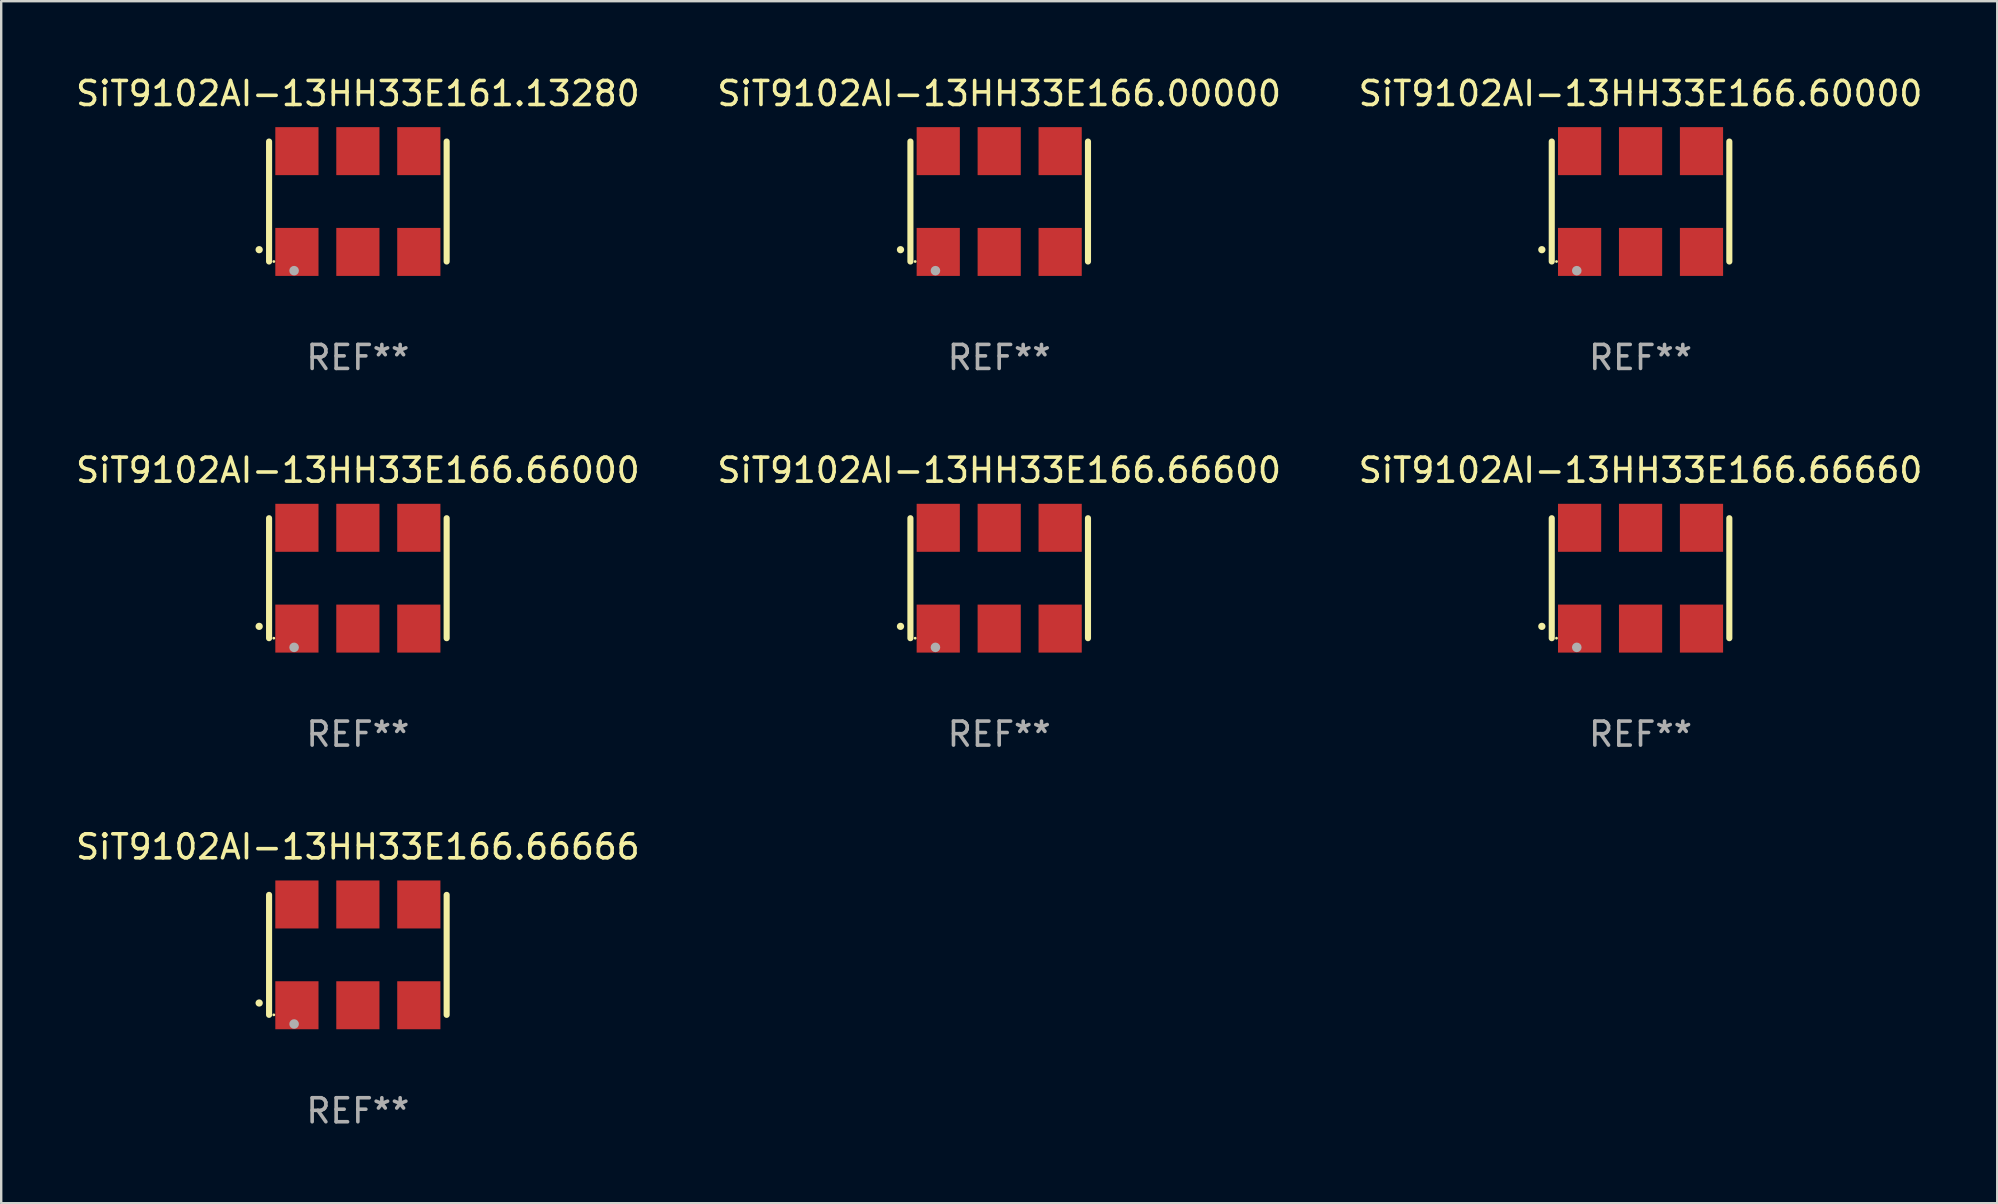
<source format=kicad_pcb>
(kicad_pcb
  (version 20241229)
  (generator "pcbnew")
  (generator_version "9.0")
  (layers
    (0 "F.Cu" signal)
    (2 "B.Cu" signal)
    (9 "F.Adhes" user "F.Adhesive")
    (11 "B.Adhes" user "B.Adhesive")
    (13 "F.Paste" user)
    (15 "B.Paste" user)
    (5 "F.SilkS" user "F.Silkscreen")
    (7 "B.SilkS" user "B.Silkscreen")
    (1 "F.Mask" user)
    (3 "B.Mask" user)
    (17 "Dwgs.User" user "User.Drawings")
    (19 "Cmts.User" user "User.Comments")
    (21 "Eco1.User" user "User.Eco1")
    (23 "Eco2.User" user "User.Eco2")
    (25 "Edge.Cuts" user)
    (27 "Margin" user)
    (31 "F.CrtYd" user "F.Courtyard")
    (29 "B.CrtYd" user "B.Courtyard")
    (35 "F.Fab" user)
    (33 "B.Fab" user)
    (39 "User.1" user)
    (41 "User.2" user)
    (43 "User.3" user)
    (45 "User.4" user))
  (footprint "SiT9102AI-13HH33E161.13280"
    (layer "F.Cu")
    (at 11.863 5.348)
    (property "Reference" "SiT9102AI-13HH33E161.13280" (at 0 -4.5 0) (layer "F.SilkS") (effects (font (size 1 1) (thickness 0.15))))
    (attr through_hole)
    (fp_line (start -3.7 -2.5) (end -3.7 2.5) (stroke (width 0.254) (type solid)) (layer "F.SilkS"))
    (fp_line (start 3.7 -2.5) (end 3.7 2.5) (stroke (width 0.254) (type solid)) (layer "F.SilkS"))
    (fp_arc (start -4.114415 2.006604) (mid -4.113145 2.006599) (end -4.111875 2.006604) (stroke (width 0.3) (type solid)) (layer "F.SilkS"))
    (fp_circle (center -3.502 2.5) (end -3.472 2.5) (stroke (width 0.06) (type solid)) (fill no) (layer "F.SilkS"))
    (fp_circle (center -2.657 2.882) (end -2.557 2.882) (stroke (width 0.2) (type solid)) (fill no) (layer "F.Fab"))
    (fp_text user "REF**" (at 0 6.5 0) (layer "F.Fab") (effects (font (size 1 1) (thickness 0.15))))
    (pad "1" smd rect (at -2.54 2.1) (size 1.8 2) (layers "F.Cu" "F.Mask" "F.Paste"))
    (pad "2" smd rect (at 0.000394 2.1) (size 1.8 2) (layers "F.Cu" "F.Mask" "F.Paste"))
    (pad "3" smd rect (at 2.54 2.1) (size 1.8 2) (layers "F.Cu" "F.Mask" "F.Paste"))
    (pad "4" smd rect (at 2.54 -2.1) (size 1.8 2) (layers "F.Cu" "F.Mask" "F.Paste"))
    (pad "5" smd rect (at 0.000394 -2.1) (size 1.8 2) (layers "F.Cu" "F.Mask" "F.Paste"))
    (pad "6" smd rect (at -2.54 -2.1) (size 1.8 2) (layers "F.Cu" "F.Mask" "F.Paste")))
  (footprint "SiT9102AI-13HH33E166.00000"
    (layer "F.Cu")
    (at 38.589 5.348)
    (property "Reference" "SiT9102AI-13HH33E166.00000" (at 0 -4.5 0) (layer "F.SilkS") (effects (font (size 1 1) (thickness 0.15))))
    (attr through_hole)
    (fp_line (start -3.7 -2.5) (end -3.7 2.5) (stroke (width 0.254) (type solid)) (layer "F.SilkS"))
    (fp_line (start 3.7 -2.5) (end 3.7 2.5) (stroke (width 0.254) (type solid)) (layer "F.SilkS"))
    (fp_arc (start -4.114415 2.006604) (mid -4.113145 2.006599) (end -4.111875 2.006604) (stroke (width 0.3) (type solid)) (layer "F.SilkS"))
    (fp_circle (center -3.502 2.5) (end -3.472 2.5) (stroke (width 0.06) (type solid)) (fill no) (layer "F.SilkS"))
    (fp_circle (center -2.657 2.882) (end -2.557 2.882) (stroke (width 0.2) (type solid)) (fill no) (layer "F.Fab"))
    (fp_text user "REF**" (at 0 6.5 0) (layer "F.Fab") (effects (font (size 1 1) (thickness 0.15))))
    (pad "1" smd rect (at -2.54 2.1) (size 1.8 2) (layers "F.Cu" "F.Mask" "F.Paste"))
    (pad "2" smd rect (at 0.000394 2.1) (size 1.8 2) (layers "F.Cu" "F.Mask" "F.Paste"))
    (pad "3" smd rect (at 2.54 2.1) (size 1.8 2) (layers "F.Cu" "F.Mask" "F.Paste"))
    (pad "4" smd rect (at 2.54 -2.1) (size 1.8 2) (layers "F.Cu" "F.Mask" "F.Paste"))
    (pad "5" smd rect (at 0.000394 -2.1) (size 1.8 2) (layers "F.Cu" "F.Mask" "F.Paste"))
    (pad "6" smd rect (at -2.54 -2.1) (size 1.8 2) (layers "F.Cu" "F.Mask" "F.Paste")))
  (footprint "SiT9102AI-13HH33E166.66666"
    (layer "F.Cu")
    (at 11.863 36.741)
    (property "Reference" "SiT9102AI-13HH33E166.66666" (at 0 -4.5 0) (layer "F.SilkS") (effects (font (size 1 1) (thickness 0.15))))
    (attr through_hole)
    (fp_line (start -3.7 -2.5) (end -3.7 2.5) (stroke (width 0.254) (type solid)) (layer "F.SilkS"))
    (fp_line (start 3.7 -2.5) (end 3.7 2.5) (stroke (width 0.254) (type solid)) (layer "F.SilkS"))
    (fp_arc (start -4.114415 2.006604) (mid -4.113145 2.006599) (end -4.111875 2.006604) (stroke (width 0.3) (type solid)) (layer "F.SilkS"))
    (fp_circle (center -3.502 2.5) (end -3.472 2.5) (stroke (width 0.06) (type solid)) (fill no) (layer "F.SilkS"))
    (fp_circle (center -2.657 2.882) (end -2.557 2.882) (stroke (width 0.2) (type solid)) (fill no) (layer "F.Fab"))
    (fp_text user "REF**" (at 0 6.5 0) (layer "F.Fab") (effects (font (size 1 1) (thickness 0.15))))
    (pad "1" smd rect (at -2.54 2.1) (size 1.8 2) (layers "F.Cu" "F.Mask" "F.Paste"))
    (pad "2" smd rect (at 0.000394 2.1) (size 1.8 2) (layers "F.Cu" "F.Mask" "F.Paste"))
    (pad "3" smd rect (at 2.54 2.1) (size 1.8 2) (layers "F.Cu" "F.Mask" "F.Paste"))
    (pad "4" smd rect (at 2.54 -2.1) (size 1.8 2) (layers "F.Cu" "F.Mask" "F.Paste"))
    (pad "5" smd rect (at 0.000394 -2.1) (size 1.8 2) (layers "F.Cu" "F.Mask" "F.Paste"))
    (pad "6" smd rect (at -2.54 -2.1) (size 1.8 2) (layers "F.Cu" "F.Mask" "F.Paste")))
  (footprint "SiT9102AI-13HH33E166.66000"
    (layer "F.Cu")
    (at 11.863 21.045)
    (property "Reference" "SiT9102AI-13HH33E166.66000" (at 0 -4.5 0) (layer "F.SilkS") (effects (font (size 1 1) (thickness 0.15))))
    (attr through_hole)
    (fp_line (start -3.7 -2.5) (end -3.7 2.5) (stroke (width 0.254) (type solid)) (layer "F.SilkS"))
    (fp_line (start 3.7 -2.5) (end 3.7 2.5) (stroke (width 0.254) (type solid)) (layer "F.SilkS"))
    (fp_arc (start -4.114415 2.006604) (mid -4.113145 2.006599) (end -4.111875 2.006604) (stroke (width 0.3) (type solid)) (layer "F.SilkS"))
    (fp_circle (center -3.502 2.5) (end -3.472 2.5) (stroke (width 0.06) (type solid)) (fill no) (layer "F.SilkS"))
    (fp_circle (center -2.657 2.882) (end -2.557 2.882) (stroke (width 0.2) (type solid)) (fill no) (layer "F.Fab"))
    (fp_text user "REF**" (at 0 6.5 0) (layer "F.Fab") (effects (font (size 1 1) (thickness 0.15))))
    (pad "1" smd rect (at -2.54 2.1) (size 1.8 2) (layers "F.Cu" "F.Mask" "F.Paste"))
    (pad "2" smd rect (at 0.000394 2.1) (size 1.8 2) (layers "F.Cu" "F.Mask" "F.Paste"))
    (pad "3" smd rect (at 2.54 2.1) (size 1.8 2) (layers "F.Cu" "F.Mask" "F.Paste"))
    (pad "4" smd rect (at 2.54 -2.1) (size 1.8 2) (layers "F.Cu" "F.Mask" "F.Paste"))
    (pad "5" smd rect (at 0.000394 -2.1) (size 1.8 2) (layers "F.Cu" "F.Mask" "F.Paste"))
    (pad "6" smd rect (at -2.54 -2.1) (size 1.8 2) (layers "F.Cu" "F.Mask" "F.Paste")))
  (footprint "SiT9102AI-13HH33E166.60000"
    (layer "F.Cu")
    (at 65.315 5.348)
    (property "Reference" "SiT9102AI-13HH33E166.60000" (at 0 -4.5 0) (layer "F.SilkS") (effects (font (size 1 1) (thickness 0.15))))
    (attr through_hole)
    (fp_line (start -3.7 -2.5) (end -3.7 2.5) (stroke (width 0.254) (type solid)) (layer "F.SilkS"))
    (fp_line (start 3.7 -2.5) (end 3.7 2.5) (stroke (width 0.254) (type solid)) (layer "F.SilkS"))
    (fp_arc (start -4.114415 2.006604) (mid -4.113145 2.006599) (end -4.111875 2.006604) (stroke (width 0.3) (type solid)) (layer "F.SilkS"))
    (fp_circle (center -3.502 2.5) (end -3.472 2.5) (stroke (width 0.06) (type solid)) (fill no) (layer "F.SilkS"))
    (fp_circle (center -2.657 2.882) (end -2.557 2.882) (stroke (width 0.2) (type solid)) (fill no) (layer "F.Fab"))
    (fp_text user "REF**" (at 0 6.5 0) (layer "F.Fab") (effects (font (size 1 1) (thickness 0.15))))
    (pad "1" smd rect (at -2.54 2.1) (size 1.8 2) (layers "F.Cu" "F.Mask" "F.Paste"))
    (pad "2" smd rect (at 0.000394 2.1) (size 1.8 2) (layers "F.Cu" "F.Mask" "F.Paste"))
    (pad "3" smd rect (at 2.54 2.1) (size 1.8 2) (layers "F.Cu" "F.Mask" "F.Paste"))
    (pad "4" smd rect (at 2.54 -2.1) (size 1.8 2) (layers "F.Cu" "F.Mask" "F.Paste"))
    (pad "5" smd rect (at 0.000394 -2.1) (size 1.8 2) (layers "F.Cu" "F.Mask" "F.Paste"))
    (pad "6" smd rect (at -2.54 -2.1) (size 1.8 2) (layers "F.Cu" "F.Mask" "F.Paste")))
  (footprint "SiT9102AI-13HH33E166.66600"
    (layer "F.Cu")
    (at 38.589 21.045)
    (property "Reference" "SiT9102AI-13HH33E166.66600" (at 0 -4.5 0) (layer "F.SilkS") (effects (font (size 1 1) (thickness 0.15))))
    (attr through_hole)
    (fp_line (start -3.7 -2.5) (end -3.7 2.5) (stroke (width 0.254) (type solid)) (layer "F.SilkS"))
    (fp_line (start 3.7 -2.5) (end 3.7 2.5) (stroke (width 0.254) (type solid)) (layer "F.SilkS"))
    (fp_arc (start -4.114415 2.006604) (mid -4.113145 2.006599) (end -4.111875 2.006604) (stroke (width 0.3) (type solid)) (layer "F.SilkS"))
    (fp_circle (center -3.502 2.5) (end -3.472 2.5) (stroke (width 0.06) (type solid)) (fill no) (layer "F.SilkS"))
    (fp_circle (center -2.657 2.882) (end -2.557 2.882) (stroke (width 0.2) (type solid)) (fill no) (layer "F.Fab"))
    (fp_text user "REF**" (at 0 6.5 0) (layer "F.Fab") (effects (font (size 1 1) (thickness 0.15))))
    (pad "1" smd rect (at -2.54 2.1) (size 1.8 2) (layers "F.Cu" "F.Mask" "F.Paste"))
    (pad "2" smd rect (at 0.000394 2.1) (size 1.8 2) (layers "F.Cu" "F.Mask" "F.Paste"))
    (pad "3" smd rect (at 2.54 2.1) (size 1.8 2) (layers "F.Cu" "F.Mask" "F.Paste"))
    (pad "4" smd rect (at 2.54 -2.1) (size 1.8 2) (layers "F.Cu" "F.Mask" "F.Paste"))
    (pad "5" smd rect (at 0.000394 -2.1) (size 1.8 2) (layers "F.Cu" "F.Mask" "F.Paste"))
    (pad "6" smd rect (at -2.54 -2.1) (size 1.8 2) (layers "F.Cu" "F.Mask" "F.Paste")))
  (footprint "SiT9102AI-13HH33E166.66660"
    (layer "F.Cu")
    (at 65.315 21.045)
    (property "Reference" "SiT9102AI-13HH33E166.66660" (at 0 -4.5 0) (layer "F.SilkS") (effects (font (size 1 1) (thickness 0.15))))
    (attr through_hole)
    (fp_line (start -3.7 -2.5) (end -3.7 2.5) (stroke (width 0.254) (type solid)) (layer "F.SilkS"))
    (fp_line (start 3.7 -2.5) (end 3.7 2.5) (stroke (width 0.254) (type solid)) (layer "F.SilkS"))
    (fp_arc (start -4.114415 2.006604) (mid -4.113145 2.006599) (end -4.111875 2.006604) (stroke (width 0.3) (type solid)) (layer "F.SilkS"))
    (fp_circle (center -3.502 2.5) (end -3.472 2.5) (stroke (width 0.06) (type solid)) (fill no) (layer "F.SilkS"))
    (fp_circle (center -2.657 2.882) (end -2.557 2.882) (stroke (width 0.2) (type solid)) (fill no) (layer "F.Fab"))
    (fp_text user "REF**" (at 0 6.5 0) (layer "F.Fab") (effects (font (size 1 1) (thickness 0.15))))
    (pad "1" smd rect (at -2.54 2.1) (size 1.8 2) (layers "F.Cu" "F.Mask" "F.Paste"))
    (pad "2" smd rect (at 0.000394 2.1) (size 1.8 2) (layers "F.Cu" "F.Mask" "F.Paste"))
    (pad "3" smd rect (at 2.54 2.1) (size 1.8 2) (layers "F.Cu" "F.Mask" "F.Paste"))
    (pad "4" smd rect (at 2.54 -2.1) (size 1.8 2) (layers "F.Cu" "F.Mask" "F.Paste"))
    (pad "5" smd rect (at 0.000394 -2.1) (size 1.8 2) (layers "F.Cu" "F.Mask" "F.Paste"))
    (pad "6" smd rect (at -2.54 -2.1) (size 1.8 2) (layers "F.Cu" "F.Mask" "F.Paste")))
  (gr_rect
    (start -3 -3)
    (end 80.179 47.09)
    (stroke (width 0.1) (type default))
    (fill no)
    (layer "Edge.Cuts")))
</source>
